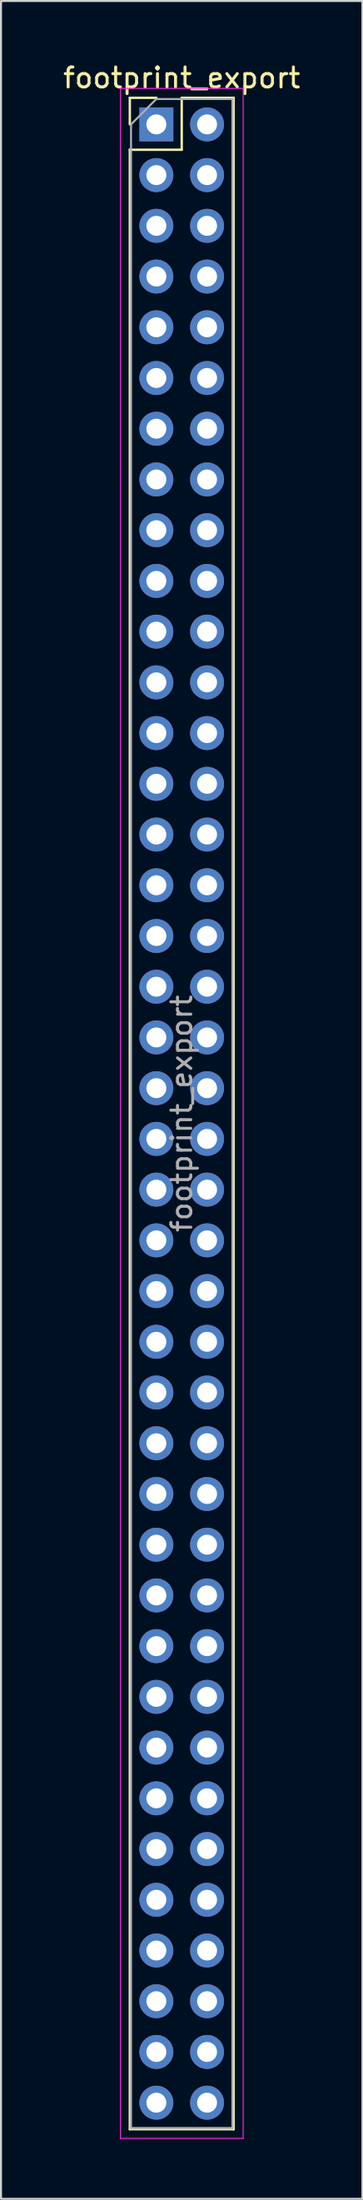
<source format=kicad_pcb>
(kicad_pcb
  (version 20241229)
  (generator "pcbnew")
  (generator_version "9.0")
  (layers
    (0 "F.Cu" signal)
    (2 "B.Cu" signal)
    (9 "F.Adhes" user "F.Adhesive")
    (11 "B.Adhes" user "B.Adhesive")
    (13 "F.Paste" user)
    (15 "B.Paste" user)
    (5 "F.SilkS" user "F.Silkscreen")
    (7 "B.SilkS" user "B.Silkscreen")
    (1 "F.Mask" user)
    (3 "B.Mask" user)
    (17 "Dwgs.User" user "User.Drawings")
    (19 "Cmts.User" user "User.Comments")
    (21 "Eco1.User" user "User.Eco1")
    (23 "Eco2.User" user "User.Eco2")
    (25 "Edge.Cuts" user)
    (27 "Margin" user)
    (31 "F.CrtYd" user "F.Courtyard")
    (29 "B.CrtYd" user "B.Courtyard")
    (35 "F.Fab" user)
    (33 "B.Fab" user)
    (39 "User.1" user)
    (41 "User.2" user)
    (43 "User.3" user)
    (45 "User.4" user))
  (footprint "footprint_export"
    (layer "F.Cu")
    (at 4.784 3.178)
    (property "Reference" "footprint_export" (at 1.27 -2.33 0) (layer "F.SilkS") (effects (font (size 1 1) (thickness 0.15))))
    (attr through_hole)
    (fp_line (start -1.33 -1.33) (end 0 -1.33) (stroke (width 0.12) (type solid)) (layer "F.SilkS"))
    (fp_line (start -1.33 0) (end -1.33 -1.33) (stroke (width 0.12) (type solid)) (layer "F.SilkS"))
    (fp_line (start -1.33 1.27) (end -1.33 100.39) (stroke (width 0.12) (type solid)) (layer "F.SilkS"))
    (fp_line (start -1.33 1.27) (end 1.27 1.27) (stroke (width 0.12) (type solid)) (layer "F.SilkS"))
    (fp_line (start -1.33 100.39) (end 3.87 100.39) (stroke (width 0.12) (type solid)) (layer "F.SilkS"))
    (fp_line (start 1.27 -1.33) (end 3.87 -1.33) (stroke (width 0.12) (type solid)) (layer "F.SilkS"))
    (fp_line (start 1.27 1.27) (end 1.27 -1.33) (stroke (width 0.12) (type solid)) (layer "F.SilkS"))
    (fp_line (start 3.87 -1.33) (end 3.87 100.39) (stroke (width 0.12) (type solid)) (layer "F.SilkS"))
    (fp_line (start -1.8 -1.8) (end -1.8 100.85) (stroke (width 0.05) (type solid)) (layer "F.CrtYd"))
    (fp_line (start -1.8 100.85) (end 4.35 100.85) (stroke (width 0.05) (type solid)) (layer "F.CrtYd"))
    (fp_line (start 4.35 -1.8) (end -1.8 -1.8) (stroke (width 0.05) (type solid)) (layer "F.CrtYd"))
    (fp_line (start 4.35 100.85) (end 4.35 -1.8) (stroke (width 0.05) (type solid)) (layer "F.CrtYd"))
    (fp_line (start -1.27 0) (end 0 -1.27) (stroke (width 0.1) (type solid)) (layer "F.Fab"))
    (fp_line (start -1.27 100.33) (end -1.27 0) (stroke (width 0.1) (type solid)) (layer "F.Fab"))
    (fp_line (start 0 -1.27) (end 3.81 -1.27) (stroke (width 0.1) (type solid)) (layer "F.Fab"))
    (fp_line (start 3.81 -1.27) (end 3.81 100.33) (stroke (width 0.1) (type solid)) (layer "F.Fab"))
    (fp_line (start 3.81 100.33) (end -1.27 100.33) (stroke (width 0.1) (type solid)) (layer "F.Fab"))
    (fp_text user "${REFERENCE}" (at 1.27 49.53 90) (layer "F.Fab") (effects (font (size 1 1) (thickness 0.15))))
    (pad "1" thru_hole rect (at 0 0) (size 1.7 1.7) (drill 1) (layers "*.Cu" "*.Mask"))
    (pad "2" thru_hole oval (at 2.54 0) (size 1.7 1.7) (drill 1) (layers "*.Cu" "*.Mask"))
    (pad "3" thru_hole oval (at 0 2.54) (size 1.7 1.7) (drill 1) (layers "*.Cu" "*.Mask"))
    (pad "4" thru_hole oval (at 2.54 2.54) (size 1.7 1.7) (drill 1) (layers "*.Cu" "*.Mask"))
    (pad "5" thru_hole oval (at 0 5.08) (size 1.7 1.7) (drill 1) (layers "*.Cu" "*.Mask"))
    (pad "6" thru_hole oval (at 2.54 5.08) (size 1.7 1.7) (drill 1) (layers "*.Cu" "*.Mask"))
    (pad "7" thru_hole oval (at 0 7.62) (size 1.7 1.7) (drill 1) (layers "*.Cu" "*.Mask"))
    (pad "8" thru_hole oval (at 2.54 7.62) (size 1.7 1.7) (drill 1) (layers "*.Cu" "*.Mask"))
    (pad "9" thru_hole oval (at 0 10.16) (size 1.7 1.7) (drill 1) (layers "*.Cu" "*.Mask"))
    (pad "10" thru_hole oval (at 2.54 10.16) (size 1.7 1.7) (drill 1) (layers "*.Cu" "*.Mask"))
    (pad "11" thru_hole oval (at 0 12.7) (size 1.7 1.7) (drill 1) (layers "*.Cu" "*.Mask"))
    (pad "12" thru_hole oval (at 2.54 12.7) (size 1.7 1.7) (drill 1) (layers "*.Cu" "*.Mask"))
    (pad "13" thru_hole oval (at 0 15.24) (size 1.7 1.7) (drill 1) (layers "*.Cu" "*.Mask"))
    (pad "14" thru_hole oval (at 2.54 15.24) (size 1.7 1.7) (drill 1) (layers "*.Cu" "*.Mask"))
    (pad "15" thru_hole oval (at 0 17.78) (size 1.7 1.7) (drill 1) (layers "*.Cu" "*.Mask"))
    (pad "16" thru_hole oval (at 2.54 17.78) (size 1.7 1.7) (drill 1) (layers "*.Cu" "*.Mask"))
    (pad "17" thru_hole oval (at 0 20.32) (size 1.7 1.7) (drill 1) (layers "*.Cu" "*.Mask"))
    (pad "18" thru_hole oval (at 2.54 20.32) (size 1.7 1.7) (drill 1) (layers "*.Cu" "*.Mask"))
    (pad "19" thru_hole oval (at 0 22.86) (size 1.7 1.7) (drill 1) (layers "*.Cu" "*.Mask"))
    (pad "20" thru_hole oval (at 2.54 22.86) (size 1.7 1.7) (drill 1) (layers "*.Cu" "*.Mask"))
    (pad "21" thru_hole oval (at 0 25.4) (size 1.7 1.7) (drill 1) (layers "*.Cu" "*.Mask"))
    (pad "22" thru_hole oval (at 2.54 25.4) (size 1.7 1.7) (drill 1) (layers "*.Cu" "*.Mask"))
    (pad "23" thru_hole oval (at 0 27.94) (size 1.7 1.7) (drill 1) (layers "*.Cu" "*.Mask"))
    (pad "24" thru_hole oval (at 2.54 27.94) (size 1.7 1.7) (drill 1) (layers "*.Cu" "*.Mask"))
    (pad "25" thru_hole oval (at 0 30.48) (size 1.7 1.7) (drill 1) (layers "*.Cu" "*.Mask"))
    (pad "26" thru_hole oval (at 2.54 30.48) (size 1.7 1.7) (drill 1) (layers "*.Cu" "*.Mask"))
    (pad "27" thru_hole oval (at 0 33.02) (size 1.7 1.7) (drill 1) (layers "*.Cu" "*.Mask"))
    (pad "28" thru_hole oval (at 2.54 33.02) (size 1.7 1.7) (drill 1) (layers "*.Cu" "*.Mask"))
    (pad "29" thru_hole oval (at 0 35.56) (size 1.7 1.7) (drill 1) (layers "*.Cu" "*.Mask"))
    (pad "30" thru_hole oval (at 2.54 35.56) (size 1.7 1.7) (drill 1) (layers "*.Cu" "*.Mask"))
    (pad "31" thru_hole oval (at 0 38.1) (size 1.7 1.7) (drill 1) (layers "*.Cu" "*.Mask"))
    (pad "32" thru_hole oval (at 2.54 38.1) (size 1.7 1.7) (drill 1) (layers "*.Cu" "*.Mask"))
    (pad "33" thru_hole oval (at 0 40.64) (size 1.7 1.7) (drill 1) (layers "*.Cu" "*.Mask"))
    (pad "34" thru_hole oval (at 2.54 40.64) (size 1.7 1.7) (drill 1) (layers "*.Cu" "*.Mask"))
    (pad "35" thru_hole oval (at 0 43.18) (size 1.7 1.7) (drill 1) (layers "*.Cu" "*.Mask"))
    (pad "36" thru_hole oval (at 2.54 43.18) (size 1.7 1.7) (drill 1) (layers "*.Cu" "*.Mask"))
    (pad "37" thru_hole oval (at 0 45.72) (size 1.7 1.7) (drill 1) (layers "*.Cu" "*.Mask"))
    (pad "38" thru_hole oval (at 2.54 45.72) (size 1.7 1.7) (drill 1) (layers "*.Cu" "*.Mask"))
    (pad "39" thru_hole oval (at 0 48.26) (size 1.7 1.7) (drill 1) (layers "*.Cu" "*.Mask"))
    (pad "40" thru_hole oval (at 2.54 48.26) (size 1.7 1.7) (drill 1) (layers "*.Cu" "*.Mask"))
    (pad "41" thru_hole oval (at 0 50.8) (size 1.7 1.7) (drill 1) (layers "*.Cu" "*.Mask"))
    (pad "42" thru_hole oval (at 2.54 50.8) (size 1.7 1.7) (drill 1) (layers "*.Cu" "*.Mask"))
    (pad "43" thru_hole oval (at 0 53.34) (size 1.7 1.7) (drill 1) (layers "*.Cu" "*.Mask"))
    (pad "44" thru_hole oval (at 2.54 53.34) (size 1.7 1.7) (drill 1) (layers "*.Cu" "*.Mask"))
    (pad "45" thru_hole oval (at 0 55.88) (size 1.7 1.7) (drill 1) (layers "*.Cu" "*.Mask"))
    (pad "46" thru_hole oval (at 2.54 55.88) (size 1.7 1.7) (drill 1) (layers "*.Cu" "*.Mask"))
    (pad "47" thru_hole oval (at 0 58.42) (size 1.7 1.7) (drill 1) (layers "*.Cu" "*.Mask"))
    (pad "48" thru_hole oval (at 2.54 58.42) (size 1.7 1.7) (drill 1) (layers "*.Cu" "*.Mask"))
    (pad "49" thru_hole oval (at 0 60.96) (size 1.7 1.7) (drill 1) (layers "*.Cu" "*.Mask"))
    (pad "50" thru_hole oval (at 2.54 60.96) (size 1.7 1.7) (drill 1) (layers "*.Cu" "*.Mask"))
    (pad "51" thru_hole oval (at 0 63.5) (size 1.7 1.7) (drill 1) (layers "*.Cu" "*.Mask"))
    (pad "52" thru_hole oval (at 2.54 63.5) (size 1.7 1.7) (drill 1) (layers "*.Cu" "*.Mask"))
    (pad "53" thru_hole oval (at 0 66.04) (size 1.7 1.7) (drill 1) (layers "*.Cu" "*.Mask"))
    (pad "54" thru_hole oval (at 2.54 66.04) (size 1.7 1.7) (drill 1) (layers "*.Cu" "*.Mask"))
    (pad "55" thru_hole oval (at 0 68.58) (size 1.7 1.7) (drill 1) (layers "*.Cu" "*.Mask"))
    (pad "56" thru_hole oval (at 2.54 68.58) (size 1.7 1.7) (drill 1) (layers "*.Cu" "*.Mask"))
    (pad "57" thru_hole oval (at 0 71.12) (size 1.7 1.7) (drill 1) (layers "*.Cu" "*.Mask"))
    (pad "58" thru_hole oval (at 2.54 71.12) (size 1.7 1.7) (drill 1) (layers "*.Cu" "*.Mask"))
    (pad "59" thru_hole oval (at 0 73.66) (size 1.7 1.7) (drill 1) (layers "*.Cu" "*.Mask"))
    (pad "60" thru_hole oval (at 2.54 73.66) (size 1.7 1.7) (drill 1) (layers "*.Cu" "*.Mask"))
    (pad "61" thru_hole oval (at 0 76.2) (size 1.7 1.7) (drill 1) (layers "*.Cu" "*.Mask"))
    (pad "62" thru_hole oval (at 2.54 76.2) (size 1.7 1.7) (drill 1) (layers "*.Cu" "*.Mask"))
    (pad "63" thru_hole oval (at 0 78.74) (size 1.7 1.7) (drill 1) (layers "*.Cu" "*.Mask"))
    (pad "64" thru_hole oval (at 2.54 78.74) (size 1.7 1.7) (drill 1) (layers "*.Cu" "*.Mask"))
    (pad "65" thru_hole oval (at 0 81.28) (size 1.7 1.7) (drill 1) (layers "*.Cu" "*.Mask"))
    (pad "66" thru_hole oval (at 2.54 81.28) (size 1.7 1.7) (drill 1) (layers "*.Cu" "*.Mask"))
    (pad "67" thru_hole oval (at 0 83.82) (size 1.7 1.7) (drill 1) (layers "*.Cu" "*.Mask"))
    (pad "68" thru_hole oval (at 2.54 83.82) (size 1.7 1.7) (drill 1) (layers "*.Cu" "*.Mask"))
    (pad "69" thru_hole oval (at 0 86.36) (size 1.7 1.7) (drill 1) (layers "*.Cu" "*.Mask"))
    (pad "70" thru_hole oval (at 2.54 86.36) (size 1.7 1.7) (drill 1) (layers "*.Cu" "*.Mask"))
    (pad "71" thru_hole oval (at 0 88.9) (size 1.7 1.7) (drill 1) (layers "*.Cu" "*.Mask"))
    (pad "72" thru_hole oval (at 2.54 88.9) (size 1.7 1.7) (drill 1) (layers "*.Cu" "*.Mask"))
    (pad "73" thru_hole oval (at 0 91.44) (size 1.7 1.7) (drill 1) (layers "*.Cu" "*.Mask"))
    (pad "74" thru_hole oval (at 2.54 91.44) (size 1.7 1.7) (drill 1) (layers "*.Cu" "*.Mask"))
    (pad "75" thru_hole oval (at 0 93.98) (size 1.7 1.7) (drill 1) (layers "*.Cu" "*.Mask"))
    (pad "76" thru_hole oval (at 2.54 93.98) (size 1.7 1.7) (drill 1) (layers "*.Cu" "*.Mask"))
    (pad "77" thru_hole oval (at 0 96.52) (size 1.7 1.7) (drill 1) (layers "*.Cu" "*.Mask"))
    (pad "78" thru_hole oval (at 2.54 96.52) (size 1.7 1.7) (drill 1) (layers "*.Cu" "*.Mask"))
    (pad "79" thru_hole oval (at 0 99.06) (size 1.7 1.7) (drill 1) (layers "*.Cu" "*.Mask"))
    (pad "80" thru_hole oval (at 2.54 99.06) (size 1.7 1.7) (drill 1) (layers "*.Cu" "*.Mask")))
  (gr_rect
    (start -3 -3)
    (end 15.107 107.053)
    (stroke (width 0.1) (type default))
    (fill no)
    (layer "Edge.Cuts")))
</source>
